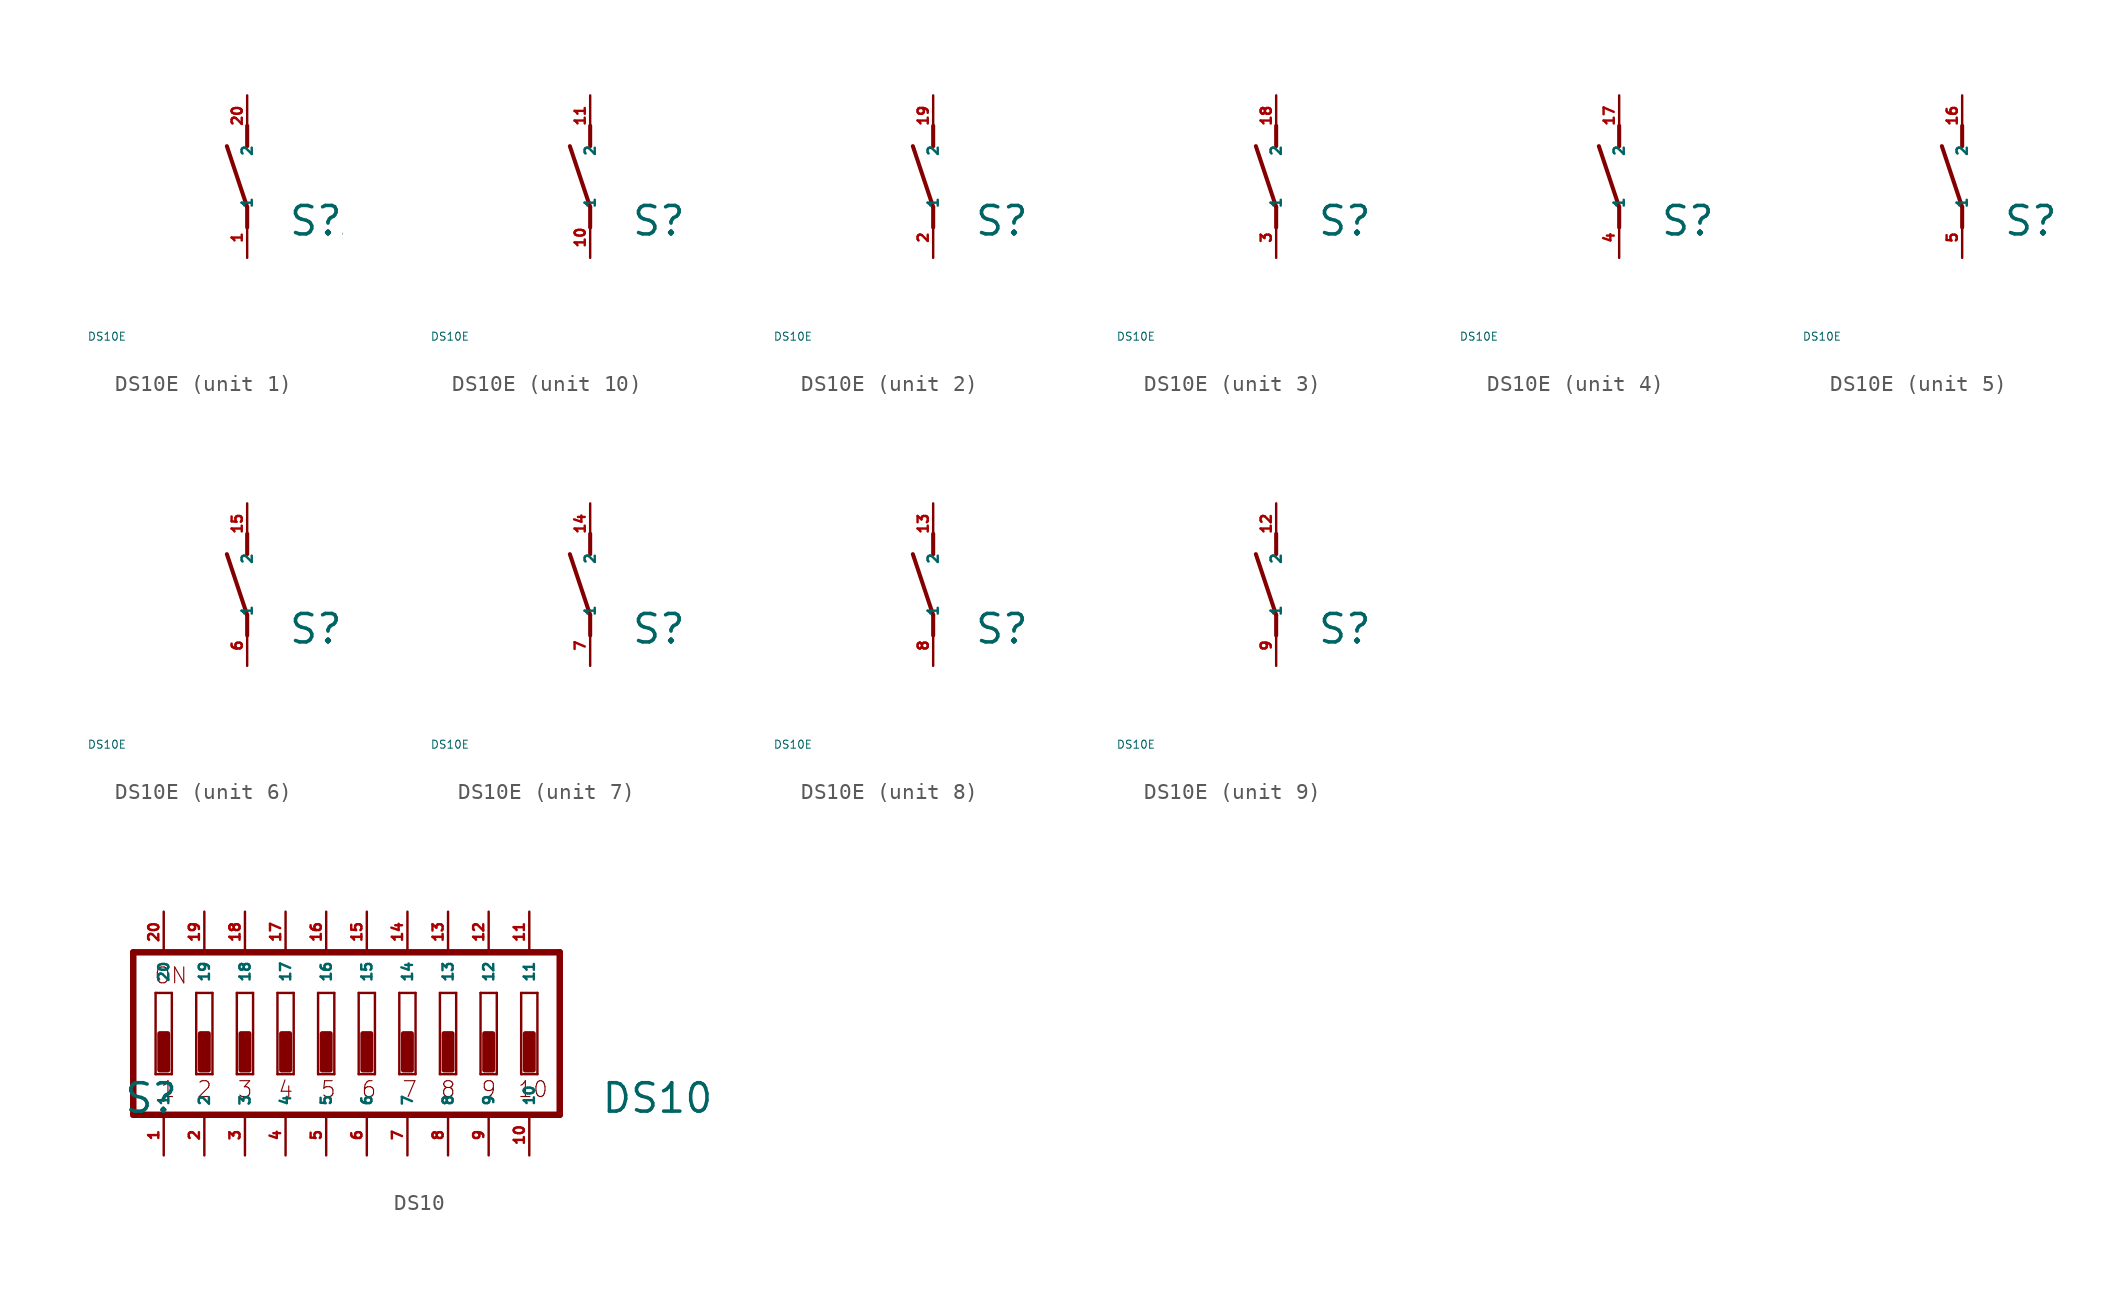
<source format=kicad_sym>
(kicad_symbol_lib
  (version 20220914)
  (generator Eagle2Kicad)
  (symbol "DS10E"
    (property "Reference" "S"
      (at 2.54 -3.81 0)
      (effects (font (size 1.778 1.778) (thickness 0.22)) (justify left bottom)))
    (property "Value" "DS10E"
      (at -10 -10 0)
      (effects (font (size 0.5 0.5) (thickness 0.06)) (justify left)))
    (symbol "DS10E_1_0"
      (polyline (pts (xy 0 -3.175) (xy 0 -1.905)) (stroke (width 0.254) (type default)) (fill (type none)))
      (polyline (pts (xy 0 -1.905) (xy -1.27 1.905)) (stroke (width 0.254) (type default)) (fill (type none)))
      (polyline (pts (xy 0 1.905) (xy 0 3.175)) (stroke (width 0.254) (type default)) (fill (type none)))
      (pin passive line (at 0 -5.08 90) (length 2.54) (name "1" (effects (font (size 0.635 0.635) (thickness 0.08)) (justify left bottom))) (number "1" (effects (font (size 0.635 0.635) (thickness 0.08)) (justify left bottom))))
      (pin passive line (at 0 5.08 270) (length 2.54) (name "2" (effects (font (size 0.635 0.635) (thickness 0.08)) (justify left bottom))) (number "20" (effects (font (size 0.635 0.635) (thickness 0.08)) (justify left bottom)))))
    (symbol "DS10E_2_0"
      (polyline (pts (xy 0 -3.175) (xy 0 -1.905)) (stroke (width 0.254) (type default)) (fill (type none)))
      (polyline (pts (xy 0 -1.905) (xy -1.27 1.905)) (stroke (width 0.254) (type default)) (fill (type none)))
      (polyline (pts (xy 0 1.905) (xy 0 3.175)) (stroke (width 0.254) (type default)) (fill (type none)))
      (pin passive line (at 0 -5.08 90) (length 2.54) (name "1" (effects (font (size 0.635 0.635) (thickness 0.08)) (justify left bottom))) (number "2" (effects (font (size 0.635 0.635) (thickness 0.08)) (justify left bottom))))
      (pin passive line (at 0 5.08 270) (length 2.54) (name "2" (effects (font (size 0.635 0.635) (thickness 0.08)) (justify left bottom))) (number "19" (effects (font (size 0.635 0.635) (thickness 0.08)) (justify left bottom)))))
    (symbol "DS10E_3_0"
      (polyline (pts (xy 0 -3.175) (xy 0 -1.905)) (stroke (width 0.254) (type default)) (fill (type none)))
      (polyline (pts (xy 0 -1.905) (xy -1.27 1.905)) (stroke (width 0.254) (type default)) (fill (type none)))
      (polyline (pts (xy 0 1.905) (xy 0 3.175)) (stroke (width 0.254) (type default)) (fill (type none)))
      (pin passive line (at 0 -5.08 90) (length 2.54) (name "1" (effects (font (size 0.635 0.635) (thickness 0.08)) (justify left bottom))) (number "3" (effects (font (size 0.635 0.635) (thickness 0.08)) (justify left bottom))))
      (pin passive line (at 0 5.08 270) (length 2.54) (name "2" (effects (font (size 0.635 0.635) (thickness 0.08)) (justify left bottom))) (number "18" (effects (font (size 0.635 0.635) (thickness 0.08)) (justify left bottom)))))
    (symbol "DS10E_4_0"
      (polyline (pts (xy 0 -3.175) (xy 0 -1.905)) (stroke (width 0.254) (type default)) (fill (type none)))
      (polyline (pts (xy 0 -1.905) (xy -1.27 1.905)) (stroke (width 0.254) (type default)) (fill (type none)))
      (polyline (pts (xy 0 1.905) (xy 0 3.175)) (stroke (width 0.254) (type default)) (fill (type none)))
      (pin passive line (at 0 -5.08 90) (length 2.54) (name "1" (effects (font (size 0.635 0.635) (thickness 0.08)) (justify left bottom))) (number "4" (effects (font (size 0.635 0.635) (thickness 0.08)) (justify left bottom))))
      (pin passive line (at 0 5.08 270) (length 2.54) (name "2" (effects (font (size 0.635 0.635) (thickness 0.08)) (justify left bottom))) (number "17" (effects (font (size 0.635 0.635) (thickness 0.08)) (justify left bottom)))))
    (symbol "DS10E_5_0"
      (polyline (pts (xy 0 -3.175) (xy 0 -1.905)) (stroke (width 0.254) (type default)) (fill (type none)))
      (polyline (pts (xy 0 -1.905) (xy -1.27 1.905)) (stroke (width 0.254) (type default)) (fill (type none)))
      (polyline (pts (xy 0 1.905) (xy 0 3.175)) (stroke (width 0.254) (type default)) (fill (type none)))
      (pin passive line (at 0 -5.08 90) (length 2.54) (name "1" (effects (font (size 0.635 0.635) (thickness 0.08)) (justify left bottom))) (number "5" (effects (font (size 0.635 0.635) (thickness 0.08)) (justify left bottom))))
      (pin passive line (at 0 5.08 270) (length 2.54) (name "2" (effects (font (size 0.635 0.635) (thickness 0.08)) (justify left bottom))) (number "16" (effects (font (size 0.635 0.635) (thickness 0.08)) (justify left bottom)))))
    (symbol "DS10E_6_0"
      (polyline (pts (xy 0 -3.175) (xy 0 -1.905)) (stroke (width 0.254) (type default)) (fill (type none)))
      (polyline (pts (xy 0 -1.905) (xy -1.27 1.905)) (stroke (width 0.254) (type default)) (fill (type none)))
      (polyline (pts (xy 0 1.905) (xy 0 3.175)) (stroke (width 0.254) (type default)) (fill (type none)))
      (pin passive line (at 0 -5.08 90) (length 2.54) (name "1" (effects (font (size 0.635 0.635) (thickness 0.08)) (justify left bottom))) (number "6" (effects (font (size 0.635 0.635) (thickness 0.08)) (justify left bottom))))
      (pin passive line (at 0 5.08 270) (length 2.54) (name "2" (effects (font (size 0.635 0.635) (thickness 0.08)) (justify left bottom))) (number "15" (effects (font (size 0.635 0.635) (thickness 0.08)) (justify left bottom)))))
    (symbol "DS10E_7_0"
      (polyline (pts (xy 0 -3.175) (xy 0 -1.905)) (stroke (width 0.254) (type default)) (fill (type none)))
      (polyline (pts (xy 0 -1.905) (xy -1.27 1.905)) (stroke (width 0.254) (type default)) (fill (type none)))
      (polyline (pts (xy 0 1.905) (xy 0 3.175)) (stroke (width 0.254) (type default)) (fill (type none)))
      (pin passive line (at 0 -5.08 90) (length 2.54) (name "1" (effects (font (size 0.635 0.635) (thickness 0.08)) (justify left bottom))) (number "7" (effects (font (size 0.635 0.635) (thickness 0.08)) (justify left bottom))))
      (pin passive line (at 0 5.08 270) (length 2.54) (name "2" (effects (font (size 0.635 0.635) (thickness 0.08)) (justify left bottom))) (number "14" (effects (font (size 0.635 0.635) (thickness 0.08)) (justify left bottom)))))
    (symbol "DS10E_8_0"
      (polyline (pts (xy 0 -3.175) (xy 0 -1.905)) (stroke (width 0.254) (type default)) (fill (type none)))
      (polyline (pts (xy 0 -1.905) (xy -1.27 1.905)) (stroke (width 0.254) (type default)) (fill (type none)))
      (polyline (pts (xy 0 1.905) (xy 0 3.175)) (stroke (width 0.254) (type default)) (fill (type none)))
      (pin passive line (at 0 -5.08 90) (length 2.54) (name "1" (effects (font (size 0.635 0.635) (thickness 0.08)) (justify left bottom))) (number "8" (effects (font (size 0.635 0.635) (thickness 0.08)) (justify left bottom))))
      (pin passive line (at 0 5.08 270) (length 2.54) (name "2" (effects (font (size 0.635 0.635) (thickness 0.08)) (justify left bottom))) (number "13" (effects (font (size 0.635 0.635) (thickness 0.08)) (justify left bottom)))))
    (symbol "DS10E_9_0"
      (polyline (pts (xy 0 -3.175) (xy 0 -1.905)) (stroke (width 0.254) (type default)) (fill (type none)))
      (polyline (pts (xy 0 -1.905) (xy -1.27 1.905)) (stroke (width 0.254) (type default)) (fill (type none)))
      (polyline (pts (xy 0 1.905) (xy 0 3.175)) (stroke (width 0.254) (type default)) (fill (type none)))
      (pin passive line (at 0 -5.08 90) (length 2.54) (name "1" (effects (font (size 0.635 0.635) (thickness 0.08)) (justify left bottom))) (number "9" (effects (font (size 0.635 0.635) (thickness 0.08)) (justify left bottom))))
      (pin passive line (at 0 5.08 270) (length 2.54) (name "2" (effects (font (size 0.635 0.635) (thickness 0.08)) (justify left bottom))) (number "12" (effects (font (size 0.635 0.635) (thickness 0.08)) (justify left bottom)))))
    (symbol "DS10E_10_0"
      (polyline (pts (xy 0 -3.175) (xy 0 -1.905)) (stroke (width 0.254) (type default)) (fill (type none)))
      (polyline (pts (xy 0 -1.905) (xy -1.27 1.905)) (stroke (width 0.254) (type default)) (fill (type none)))
      (polyline (pts (xy 0 1.905) (xy 0 3.175)) (stroke (width 0.254) (type default)) (fill (type none)))
      (pin passive line (at 0 -5.08 90) (length 2.54) (name "1" (effects (font (size 0.635 0.635) (thickness 0.08)) (justify left bottom))) (number "10" (effects (font (size 0.635 0.635) (thickness 0.08)) (justify left bottom))))
      (pin passive line (at 0 5.08 270) (length 2.54) (name "2" (effects (font (size 0.635 0.635) (thickness 0.08)) (justify left bottom))) (number "11" (effects (font (size 0.635 0.635) (thickness 0.08)) (justify left bottom))))))
  (symbol "DS10"
    (property "Reference" "S"
      (at -15.24 -5.08 0)
      (effects (font (size 1.778 1.778) (thickness 0.22)) (justify left bottom)))
    (property "Value" "DS10"
      (at 14.605 -5.08 0)
      (effects (font (size 1.778 1.778) (thickness 0.22)) (justify left bottom)))
    (polyline
      (pts (xy 12.065 5.08) (xy -14.605 5.08))
      (stroke (width 0.406) (type default))
      (fill (type none)))
    (polyline
      (pts (xy -14.605 5.08) (xy -14.605 -5.08))
      (stroke (width 0.406) (type default))
      (fill (type none)))
    (polyline
      (pts (xy -14.605 -5.08) (xy 12.065 -5.08))
      (stroke (width 0.406) (type default))
      (fill (type none)))
    (polyline
      (pts (xy 12.065 -5.08) (xy 12.065 5.08))
      (stroke (width 0.406) (type default))
      (fill (type none)))
    (polyline
      (pts (xy -12.192 -2.54) (xy -13.208 -2.54))
      (stroke (width 0.152) (type default))
      (fill (type none)))
    (polyline
      (pts (xy -13.208 2.54) (xy -12.192 2.54))
      (stroke (width 0.152) (type default))
      (fill (type none)))
    (polyline
      (pts (xy -12.192 2.54) (xy -12.192 -2.54))
      (stroke (width 0.152) (type default))
      (fill (type none)))
    (polyline
      (pts (xy -13.208 -2.54) (xy -13.208 2.54))
      (stroke (width 0.152) (type default))
      (fill (type none)))
    (polyline
      (pts (xy -9.652 -2.54) (xy -10.668 -2.54))
      (stroke (width 0.152) (type default))
      (fill (type none)))
    (polyline
      (pts (xy -10.668 2.54) (xy -9.652 2.54))
      (stroke (width 0.152) (type default))
      (fill (type none)))
    (polyline
      (pts (xy -9.652 2.54) (xy -9.652 -2.54))
      (stroke (width 0.152) (type default))
      (fill (type none)))
    (polyline
      (pts (xy -10.668 -2.54) (xy -10.668 2.54))
      (stroke (width 0.152) (type default))
      (fill (type none)))
    (polyline
      (pts (xy -7.112 -2.54) (xy -8.128 -2.54))
      (stroke (width 0.152) (type default))
      (fill (type none)))
    (polyline
      (pts (xy -8.128 2.54) (xy -7.112 2.54))
      (stroke (width 0.152) (type default))
      (fill (type none)))
    (polyline
      (pts (xy -7.112 2.54) (xy -7.112 -2.54))
      (stroke (width 0.152) (type default))
      (fill (type none)))
    (polyline
      (pts (xy -8.128 -2.54) (xy -8.128 2.54))
      (stroke (width 0.152) (type default))
      (fill (type none)))
    (polyline
      (pts (xy -4.572 -2.54) (xy -5.588 -2.54))
      (stroke (width 0.152) (type default))
      (fill (type none)))
    (polyline
      (pts (xy -5.588 2.54) (xy -4.572 2.54))
      (stroke (width 0.152) (type default))
      (fill (type none)))
    (polyline
      (pts (xy -4.572 2.54) (xy -4.572 -2.54))
      (stroke (width 0.152) (type default))
      (fill (type none)))
    (polyline
      (pts (xy -5.588 -2.54) (xy -5.588 2.54))
      (stroke (width 0.152) (type default))
      (fill (type none)))
    (polyline
      (pts (xy -2.032 -2.54) (xy -3.048 -2.54))
      (stroke (width 0.152) (type default))
      (fill (type none)))
    (polyline
      (pts (xy -3.048 2.54) (xy -2.032 2.54))
      (stroke (width 0.152) (type default))
      (fill (type none)))
    (polyline
      (pts (xy -2.032 2.54) (xy -2.032 -2.54))
      (stroke (width 0.152) (type default))
      (fill (type none)))
    (polyline
      (pts (xy -3.048 -2.54) (xy -3.048 2.54))
      (stroke (width 0.152) (type default))
      (fill (type none)))
    (polyline
      (pts (xy 0.508 -2.54) (xy -0.508 -2.54))
      (stroke (width 0.152) (type default))
      (fill (type none)))
    (polyline
      (pts (xy -0.508 2.54) (xy 0.508 2.54))
      (stroke (width 0.152) (type default))
      (fill (type none)))
    (polyline
      (pts (xy 0.508 2.54) (xy 0.508 -2.54))
      (stroke (width 0.152) (type default))
      (fill (type none)))
    (polyline
      (pts (xy -0.508 -2.54) (xy -0.508 2.54))
      (stroke (width 0.152) (type default))
      (fill (type none)))
    (polyline
      (pts (xy 3.048 -2.54) (xy 2.032 -2.54))
      (stroke (width 0.152) (type default))
      (fill (type none)))
    (polyline
      (pts (xy 2.032 2.54) (xy 3.048 2.54))
      (stroke (width 0.152) (type default))
      (fill (type none)))
    (polyline
      (pts (xy 3.048 2.54) (xy 3.048 -2.54))
      (stroke (width 0.152) (type default))
      (fill (type none)))
    (polyline
      (pts (xy 2.032 -2.54) (xy 2.032 2.54))
      (stroke (width 0.152) (type default))
      (fill (type none)))
    (polyline
      (pts (xy 5.588 -2.54) (xy 4.572 -2.54))
      (stroke (width 0.152) (type default))
      (fill (type none)))
    (polyline
      (pts (xy 4.572 2.54) (xy 5.588 2.54))
      (stroke (width 0.152) (type default))
      (fill (type none)))
    (polyline
      (pts (xy 5.588 2.54) (xy 5.588 -2.54))
      (stroke (width 0.152) (type default))
      (fill (type none)))
    (polyline
      (pts (xy 4.572 -2.54) (xy 4.572 2.54))
      (stroke (width 0.152) (type default))
      (fill (type none)))
    (polyline
      (pts (xy 8.128 -2.54) (xy 7.112 -2.54))
      (stroke (width 0.152) (type default))
      (fill (type none)))
    (polyline
      (pts (xy 7.112 2.54) (xy 8.128 2.54))
      (stroke (width 0.152) (type default))
      (fill (type none)))
    (polyline
      (pts (xy 8.128 2.54) (xy 8.128 -2.54))
      (stroke (width 0.152) (type default))
      (fill (type none)))
    (polyline
      (pts (xy 7.112 -2.54) (xy 7.112 2.54))
      (stroke (width 0.152) (type default))
      (fill (type none)))
    (polyline
      (pts (xy 10.668 -2.54) (xy 9.652 -2.54))
      (stroke (width 0.152) (type default))
      (fill (type none)))
    (polyline
      (pts (xy 9.652 2.54) (xy 10.668 2.54))
      (stroke (width 0.152) (type default))
      (fill (type none)))
    (polyline
      (pts (xy 10.668 2.54) (xy 10.668 -2.54))
      (stroke (width 0.152) (type default))
      (fill (type none)))
    (polyline
      (pts (xy 9.652 -2.54) (xy 9.652 2.54))
      (stroke (width 0.152) (type default))
      (fill (type none)))
    (text "1"
      (at -12.954 -4.064 0)
      (effects (font (size 0.991 0.991) (thickness 0.07)) (justify left bottom)))
    (text "2"
      (at -10.668 -4.064 0)
      (effects (font (size 0.991 0.991) (thickness 0.07)) (justify left bottom)))
    (text "3"
      (at -8.128 -4.064 0)
      (effects (font (size 0.991 0.991) (thickness 0.07)) (justify left bottom)))
    (text "4"
      (at -5.588 -4.064 0)
      (effects (font (size 0.991 0.991) (thickness 0.07)) (justify left bottom)))
    (text "5"
      (at -2.921 -4.064 0)
      (effects (font (size 0.991 0.991) (thickness 0.07)) (justify left bottom)))
    (text "6"
      (at -0.381 -4.064 0)
      (effects (font (size 0.991 0.991) (thickness 0.07)) (justify left bottom)))
    (text "7"
      (at 2.159 -4.064 0)
      (effects (font (size 0.991 0.991) (thickness 0.07)) (justify left bottom)))
    (text "8"
      (at 4.572 -4.064 0)
      (effects (font (size 0.991 0.991) (thickness 0.07)) (justify left bottom)))
    (text "9"
      (at 7.112 -4.064 0)
      (effects (font (size 0.991 0.991) (thickness 0.07)) (justify left bottom)))
    (text "ON"
      (at -13.335 3.048 0)
      (effects (font (size 0.991 0.991) (thickness 0.07)) (justify left bottom)))
    (text "10"
      (at 9.398 -4.064 0)
      (effects (font (size 0.991 0.991) (thickness 0.07)) (justify left bottom)))
    (rectangle
      (start -12.954 -2.286)
      (end -12.446 0)
      (stroke (width 0.3) (type default))
      (fill (type outline)))
    (rectangle
      (start -10.414 -2.286)
      (end -9.906 0)
      (stroke (width 0.3) (type default))
      (fill (type outline)))
    (rectangle
      (start -7.874 -2.286)
      (end -7.366 0)
      (stroke (width 0.3) (type default))
      (fill (type outline)))
    (rectangle
      (start -5.334 -2.286)
      (end -4.826 0)
      (stroke (width 0.3) (type default))
      (fill (type outline)))
    (rectangle
      (start -2.794 -2.286)
      (end -2.286 0)
      (stroke (width 0.3) (type default))
      (fill (type outline)))
    (rectangle
      (start -0.254 -2.286)
      (end 0.254 0)
      (stroke (width 0.3) (type default))
      (fill (type outline)))
    (rectangle
      (start 2.286 -2.286)
      (end 2.794 0)
      (stroke (width 0.3) (type default))
      (fill (type outline)))
    (rectangle
      (start 4.826 -2.286)
      (end 5.334 0)
      (stroke (width 0.3) (type default))
      (fill (type outline)))
    (rectangle
      (start 7.366 -2.286)
      (end 7.874 0)
      (stroke (width 0.3) (type default))
      (fill (type outline)))
    (rectangle
      (start 9.906 -2.286)
      (end 10.414 0)
      (stroke (width 0.3) (type default))
      (fill (type outline)))
    (pin passive line
      (at 7.62 7.62 270)
      (length 2.54)
      (name "12" (effects (font (size 0.635 0.635) (thickness 0.08)) (justify left bottom)))
      (number "12" (effects (font (size 0.635 0.635) (thickness 0.08)) (justify left bottom))))
    (pin passive line
      (at 5.08 7.62 270)
      (length 2.54)
      (name "13" (effects (font (size 0.635 0.635) (thickness 0.08)) (justify left bottom)))
      (number "13" (effects (font (size 0.635 0.635) (thickness 0.08)) (justify left bottom))))
    (pin passive line
      (at 2.54 7.62 270)
      (length 2.54)
      (name "14" (effects (font (size 0.635 0.635) (thickness 0.08)) (justify left bottom)))
      (number "14" (effects (font (size 0.635 0.635) (thickness 0.08)) (justify left bottom))))
    (pin passive line
      (at 0 7.62 270)
      (length 2.54)
      (name "15" (effects (font (size 0.635 0.635) (thickness 0.08)) (justify left bottom)))
      (number "15" (effects (font (size 0.635 0.635) (thickness 0.08)) (justify left bottom))))
    (pin passive line
      (at -2.54 7.62 270)
      (length 2.54)
      (name "16" (effects (font (size 0.635 0.635) (thickness 0.08)) (justify left bottom)))
      (number "16" (effects (font (size 0.635 0.635) (thickness 0.08)) (justify left bottom))))
    (pin passive line
      (at -5.08 7.62 270)
      (length 2.54)
      (name "17" (effects (font (size 0.635 0.635) (thickness 0.08)) (justify left bottom)))
      (number "17" (effects (font (size 0.635 0.635) (thickness 0.08)) (justify left bottom))))
    (pin passive line
      (at -7.62 7.62 270)
      (length 2.54)
      (name "18" (effects (font (size 0.635 0.635) (thickness 0.08)) (justify left bottom)))
      (number "18" (effects (font (size 0.635 0.635) (thickness 0.08)) (justify left bottom))))
    (pin passive line
      (at -10.16 7.62 270)
      (length 2.54)
      (name "19" (effects (font (size 0.635 0.635) (thickness 0.08)) (justify left bottom)))
      (number "19" (effects (font (size 0.635 0.635) (thickness 0.08)) (justify left bottom))))
    (pin passive line
      (at -12.7 7.62 270)
      (length 2.54)
      (name "20" (effects (font (size 0.635 0.635) (thickness 0.08)) (justify left bottom)))
      (number "20" (effects (font (size 0.635 0.635) (thickness 0.08)) (justify left bottom))))
    (pin passive line
      (at -12.7 -7.62 90)
      (length 2.54)
      (name "1" (effects (font (size 0.635 0.635) (thickness 0.08)) (justify left bottom)))
      (number "1" (effects (font (size 0.635 0.635) (thickness 0.08)) (justify left bottom))))
    (pin passive line
      (at -10.16 -7.62 90)
      (length 2.54)
      (name "2" (effects (font (size 0.635 0.635) (thickness 0.08)) (justify left bottom)))
      (number "2" (effects (font (size 0.635 0.635) (thickness 0.08)) (justify left bottom))))
    (pin passive line
      (at -7.62 -7.62 90)
      (length 2.54)
      (name "3" (effects (font (size 0.635 0.635) (thickness 0.08)) (justify left bottom)))
      (number "3" (effects (font (size 0.635 0.635) (thickness 0.08)) (justify left bottom))))
    (pin passive line
      (at -5.08 -7.62 90)
      (length 2.54)
      (name "4" (effects (font (size 0.635 0.635) (thickness 0.08)) (justify left bottom)))
      (number "4" (effects (font (size 0.635 0.635) (thickness 0.08)) (justify left bottom))))
    (pin passive line
      (at -2.54 -7.62 90)
      (length 2.54)
      (name "5" (effects (font (size 0.635 0.635) (thickness 0.08)) (justify left bottom)))
      (number "5" (effects (font (size 0.635 0.635) (thickness 0.08)) (justify left bottom))))
    (pin passive line
      (at 0 -7.62 90)
      (length 2.54)
      (name "6" (effects (font (size 0.635 0.635) (thickness 0.08)) (justify left bottom)))
      (number "6" (effects (font (size 0.635 0.635) (thickness 0.08)) (justify left bottom))))
    (pin passive line
      (at 2.54 -7.62 90)
      (length 2.54)
      (name "7" (effects (font (size 0.635 0.635) (thickness 0.08)) (justify left bottom)))
      (number "7" (effects (font (size 0.635 0.635) (thickness 0.08)) (justify left bottom))))
    (pin passive line
      (at 5.08 -7.62 90)
      (length 2.54)
      (name "8" (effects (font (size 0.635 0.635) (thickness 0.08)) (justify left bottom)))
      (number "8" (effects (font (size 0.635 0.635) (thickness 0.08)) (justify left bottom))))
    (pin passive line
      (at 7.62 -7.62 90)
      (length 2.54)
      (name "9" (effects (font (size 0.635 0.635) (thickness 0.08)) (justify left bottom)))
      (number "9" (effects (font (size 0.635 0.635) (thickness 0.08)) (justify left bottom))))
    (pin passive line
      (at 10.16 -7.62 90)
      (length 2.54)
      (name "10" (effects (font (size 0.635 0.635) (thickness 0.08)) (justify left bottom)))
      (number "10" (effects (font (size 0.635 0.635) (thickness 0.08)) (justify left bottom))))
    (pin passive line
      (at 10.16 7.62 270)
      (length 2.54)
      (name "11" (effects (font (size 0.635 0.635) (thickness 0.08)) (justify left bottom)))
      (number "11" (effects (font (size 0.635 0.635) (thickness 0.08)) (justify left bottom))))))
</source>
